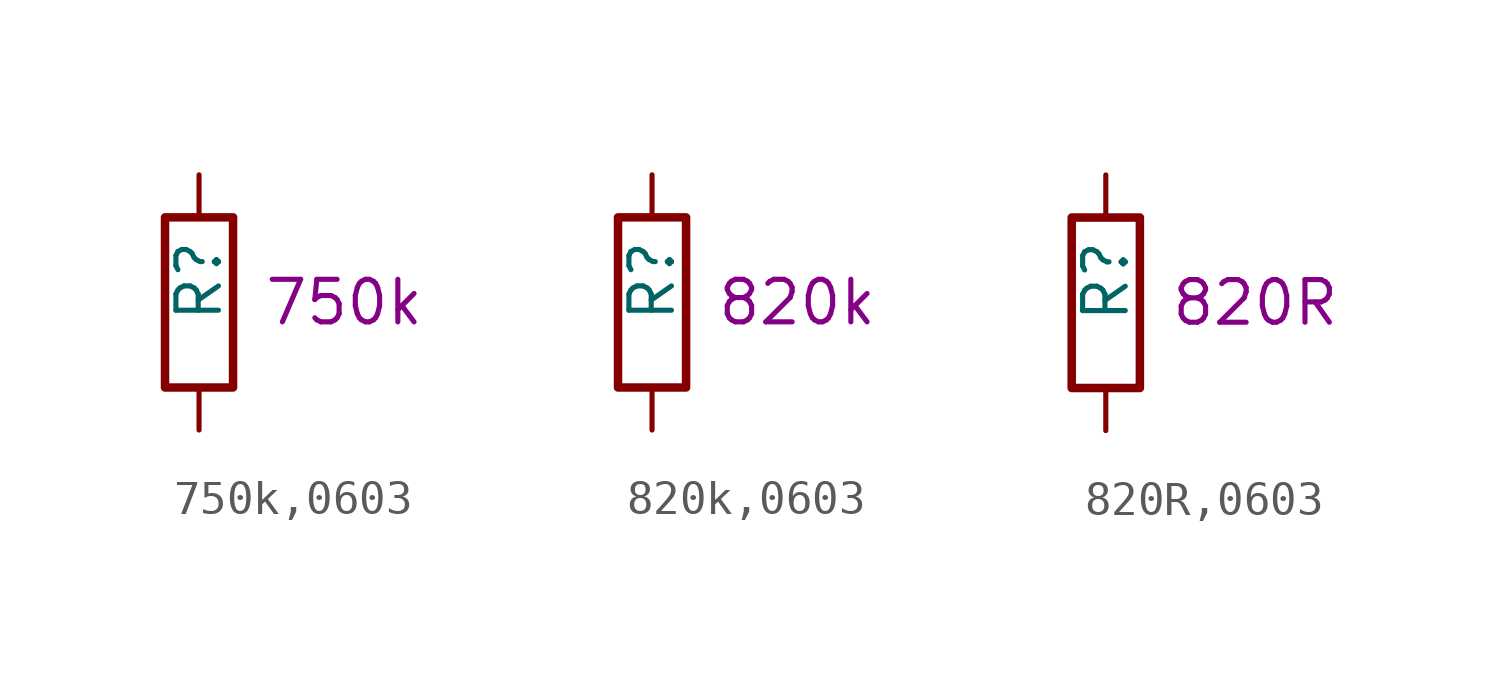
<source format=kicad_sym>
(kicad_symbol_lib
  (version 20220914)
  (generator kicad_symbol_editor)
  (symbol "750k,0603"
    (pin_numbers hide)
    (pin_names
      (offset 0.254) hide)
    (property "Reference" "R"
      (at 0 -0.635 90)
      (effects (font (size 1.27 1.27)) (justify left)))
    (property "Resistance" "750k"
      (at 1.905 0 0)
      (effects (font (size 1.27 1.27)) (justify left)))
    (symbol "750k,0603_1_1"
      (rectangle (start -1.016 -2.54) (end 1.016 2.54) (stroke (width 0.254) (type default)) (fill (type none)))
      (pin passive line (at 0 3.81 270) (length 1.27) (name "~" (effects (font (size 1.27 1.27)))) (number "1" (effects (font (size 1.27 1.27)))))
      (pin passive line (at 0 -3.81 90) (length 1.27) (name "~" (effects (font (size 1.27 1.27)))) (number "2" (effects (font (size 1.27 1.27)))))))
  (symbol "820k,0603"
    (pin_numbers hide)
    (pin_names
      (offset 0.254) hide)
    (property "Reference" "R"
      (at 0 -0.635 90)
      (effects (font (size 1.27 1.27)) (justify left)))
    (property "Resistance" "820k"
      (at 1.905 0 0)
      (effects (font (size 1.27 1.27)) (justify left)))
    (symbol "820k,0603_1_1"
      (rectangle (start -1.016 -2.54) (end 1.016 2.54) (stroke (width 0.254) (type default)) (fill (type none)))
      (pin passive line (at 0 3.81 270) (length 1.27) (name "~" (effects (font (size 1.27 1.27)))) (number "1" (effects (font (size 1.27 1.27)))))
      (pin passive line (at 0 -3.81 90) (length 1.27) (name "~" (effects (font (size 1.27 1.27)))) (number "2" (effects (font (size 1.27 1.27)))))))
  (symbol "820R,0603"
    (pin_numbers hide)
    (pin_names
      (offset 0.254) hide)
    (property "Reference" "R"
      (at 0 -0.635 90)
      (effects (font (size 1.27 1.27)) (justify left)))
    (property "Resistance" "820R"
      (at 1.905 0 0)
      (effects (font (size 1.27 1.27)) (justify left)))
    (symbol "820R,0603_1_1"
      (rectangle (start -1.016 -2.54) (end 1.016 2.54) (stroke (width 0.254) (type default)) (fill (type none)))
      (pin passive line (at 0 3.81 270) (length 1.27) (name "~" (effects (font (size 1.27 1.27)))) (number "1" (effects (font (size 1.27 1.27)))))
      (pin passive line (at 0 -3.81 90) (length 1.27) (name "~" (effects (font (size 1.27 1.27)))) (number "2" (effects (font (size 1.27 1.27))))))))
</source>
